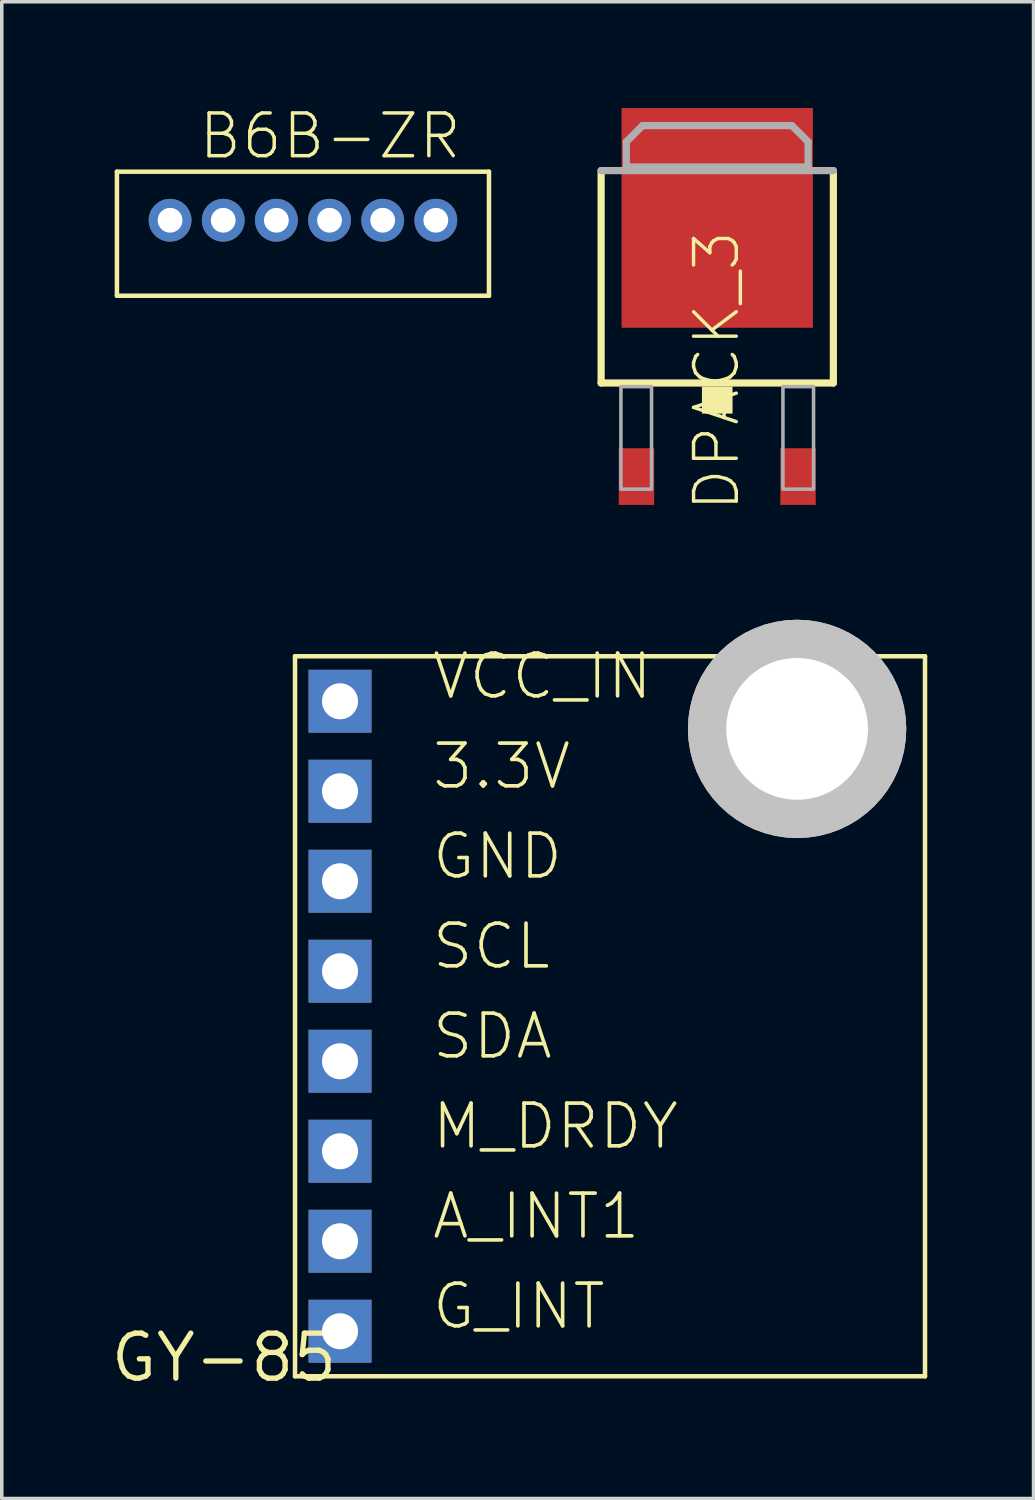
<source format=kicad_pcb>
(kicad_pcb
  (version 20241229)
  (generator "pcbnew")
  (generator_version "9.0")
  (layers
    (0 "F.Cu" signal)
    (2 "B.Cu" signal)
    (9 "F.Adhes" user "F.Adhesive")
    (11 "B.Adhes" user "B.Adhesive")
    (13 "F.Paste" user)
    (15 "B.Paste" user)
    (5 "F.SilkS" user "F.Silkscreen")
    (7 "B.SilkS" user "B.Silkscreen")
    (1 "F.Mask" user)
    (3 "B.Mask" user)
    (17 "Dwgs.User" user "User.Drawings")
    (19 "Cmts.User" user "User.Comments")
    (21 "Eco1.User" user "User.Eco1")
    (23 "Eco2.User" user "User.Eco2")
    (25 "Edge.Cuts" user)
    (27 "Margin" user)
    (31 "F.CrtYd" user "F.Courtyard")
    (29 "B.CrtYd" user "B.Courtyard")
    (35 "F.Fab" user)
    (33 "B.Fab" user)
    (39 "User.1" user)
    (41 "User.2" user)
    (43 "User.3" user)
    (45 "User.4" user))
  (footprint "DPACK_3"
    (layer "F.Cu")
    (at 17.192 5.6)
    (property "Reference" "DPACK_3" (at 0.69 5.84 90) (layer "F.SilkS") (effects (font (size 1.206 1.206) (thickness 0.097)) (justify left bottom)))
    (attr through_hole)
    (fp_line (start -3.277 2.159) (end -3.277 -3.835) (stroke (width 0.203) (type solid)) (layer "F.SilkS"))
    (fp_line (start 3.277 -3.835) (end 3.277 2.159) (stroke (width 0.203) (type solid)) (layer "F.SilkS"))
    (fp_line (start 3.277 2.159) (end -3.277 2.159) (stroke (width 0.203) (type solid)) (layer "F.SilkS"))
    (fp_poly (pts (xy -0.432 3.023) (xy 0.432 3.023) (xy 0.432 2.261) (xy -0.432 2.261)) (stroke (width 0) (type solid)) (fill yes) (layer "F.SilkS"))
    (fp_line (start -3.277 -3.835) (end 3.277 -3.835) (stroke (width 0.203) (type solid)) (layer "F.Fab"))
    (fp_line (start -2.565 -4.648) (end -2.108 -5.105) (stroke (width 0.203) (type solid)) (layer "F.Fab"))
    (fp_line (start -2.565 -3.937) (end -2.565 -4.648) (stroke (width 0.203) (type solid)) (layer "F.Fab"))
    (fp_line (start -2.108 -5.105) (end 2.108 -5.105) (stroke (width 0.203) (type solid)) (layer "F.Fab"))
    (fp_line (start 2.108 -5.105) (end 2.565 -4.648) (stroke (width 0.203) (type solid)) (layer "F.Fab"))
    (fp_line (start 2.565 -4.648) (end 2.565 -3.937) (stroke (width 0.203) (type solid)) (layer "F.Fab"))
    (fp_line (start 2.565 -3.937) (end -2.565 -3.937) (stroke (width 0.203) (type solid)) (layer "F.Fab"))
    (fp_poly (pts (xy -2.718 5.156) (xy -1.854 5.156) (xy -1.854 2.261) (xy -2.718 2.261)) (stroke (width 0.1) (type solid)) (fill no) (layer "F.Fab"))
    (fp_poly (pts (xy 1.854 5.156) (xy 2.718 5.156) (xy 2.718 2.261) (xy 1.854 2.261)) (stroke (width 0.1) (type solid)) (fill no) (layer "F.Fab"))
    (fp_poly (pts (xy -2.565 -3.937) (xy -2.565 -4.648) (xy -2.108 -5.105) (xy 2.108 -5.105) (xy 2.565 -4.648) (xy 2.565 -3.937)) (stroke (width 0.1) (type solid)) (fill no) (layer "F.Fab"))
    (pad "1" smd rect (at -2.28 4.8) (size 1 1.6) (layers "F.Cu" "F.Mask" "F.Paste"))
    (pad "3" smd rect (at 2.28 4.8) (size 1 1.6) (layers "F.Cu" "F.Mask" "F.Paste"))
    (pad "4" smd rect (at 0 -2.5) (size 5.4 6.2) (layers "F.Cu" "F.Mask" "F.Paste")))
  (footprint "GY-85"
    (layer "F.Cu")
    (at 6.546 34.521)
    (property "Reference" "GY-85" (at 0 0 0) (layer "F.SilkS") (effects (font (size 1.27 1.27) (thickness 0.15)) (justify right top)))
    (attr through_hole)
    (fp_line (start -1.27 -19.05) (end 16.51 -19.05) (stroke (width 0.127) (type solid)) (layer "F.SilkS"))
    (fp_line (start -1.27 1.27) (end -1.27 -19.05) (stroke (width 0.127) (type solid)) (layer "F.SilkS"))
    (fp_line (start 16.51 -19.05) (end 16.51 1.27) (stroke (width 0.127) (type solid)) (layer "F.SilkS"))
    (fp_line (start 16.51 1.27) (end -1.27 1.27) (stroke (width 0.127) (type solid)) (layer "F.SilkS"))
    (fp_circle (center 12.9 -17) (end 14.481 -17) (stroke (width 3) (type solid)) (fill no) (layer "Dwgs.User"))
    (fp_circle (center 12.9 -17) (end 14.481 -17) (stroke (width 3) (type solid)) (fill no) (layer "Dwgs.User"))
    (fp_text user "SCL" (at 2.54 -10.16 0) (layer "F.SilkS") (effects (font (size 1.206 1.206) (thickness 0.102)) (justify left bottom)))
    (fp_text user "3.3V" (at 2.54 -15.24 0) (layer "F.SilkS") (effects (font (size 1.206 1.206) (thickness 0.102)) (justify left bottom)))
    (fp_text user "SDA" (at 2.54 -7.62 0) (layer "F.SilkS") (effects (font (size 1.206 1.206) (thickness 0.102)) (justify left bottom)))
    (fp_text user "VCC_IN" (at 2.54 -17.78 0) (layer "F.SilkS") (effects (font (size 1.206 1.206) (thickness 0.102)) (justify left bottom)))
    (fp_text user "GND" (at 2.54 -12.7 0) (layer "F.SilkS") (effects (font (size 1.206 1.206) (thickness 0.102)) (justify left bottom)))
    (fp_text user "M_DRDY" (at 2.54 -5.08 0) (layer "F.SilkS") (effects (font (size 1.206 1.206) (thickness 0.102)) (justify left bottom)))
    (fp_text user "A_INT1" (at 2.54 -2.54 0) (layer "F.SilkS") (effects (font (size 1.206 1.206) (thickness 0.102)) (justify left bottom)))
    (fp_text user "G_INT" (at 2.54 0 0) (layer "F.SilkS") (effects (font (size 1.206 1.206) (thickness 0.102)) (justify left bottom)))
    (pad "" np_thru_hole circle (at 12.9 -17) (size 4 4) (drill 4) (layers "*.Cu" "*.Mask"))
    (pad "3.3" thru_hole rect (at 0 -15.24) (size 1.778 1.778) (drill 1.016) (layers "*.Cu" "*.Mask"))
    (pad "A_INT1" thru_hole rect (at 0 -2.54) (size 1.778 1.778) (drill 1.016) (layers "*.Cu" "*.Mask"))
    (pad "GND" thru_hole rect (at 0 -12.7) (size 1.778 1.778) (drill 1.016) (layers "*.Cu" "*.Mask"))
    (pad "G_INT" thru_hole rect (at 0 0) (size 1.778 1.778) (drill 1.016) (layers "*.Cu" "*.Mask"))
    (pad "M_DRDY" thru_hole rect (at 0 -5.08) (size 1.778 1.778) (drill 1.016) (layers "*.Cu" "*.Mask"))
    (pad "SCL" thru_hole rect (at 0 -10.16) (size 1.778 1.778) (drill 1.016) (layers "*.Cu" "*.Mask"))
    (pad "SDA" thru_hole rect (at 0 -7.62) (size 1.778 1.778) (drill 1.016) (layers "*.Cu" "*.Mask"))
    (pad "VCC_IN" thru_hole rect (at 0 -17.78) (size 1.778 1.778) (drill 1.016) (layers "*.Cu" "*.Mask")))
  (footprint "B6B-ZR"
    (layer "F.Cu")
    (at 0.25 1.866)
    (property "Reference" "B6B-ZR" (at 2.25 -0.37 0) (layer "F.SilkS") (effects (font (size 1.206 1.206) (thickness 0.097)) (justify left bottom)))
    (attr through_hole)
    (fp_line (start 0 -0.07) (end 10.5 -0.07) (stroke (width 0.127) (type solid)) (layer "F.SilkS"))
    (fp_line (start 0 3.43) (end 0 -0.07) (stroke (width 0.127) (type solid)) (layer "F.SilkS"))
    (fp_line (start 10.5 -0.07) (end 10.5 3.43) (stroke (width 0.127) (type solid)) (layer "F.SilkS"))
    (fp_line (start 10.5 3.43) (end 0 3.43) (stroke (width 0.127) (type solid)) (layer "F.SilkS"))
    (pad "1" thru_hole circle (at 9 1.3) (size 1.208 1.208) (drill 0.7) (layers "*.Cu" "*.Mask"))
    (pad "2" thru_hole circle (at 7.5 1.3) (size 1.208 1.208) (drill 0.7) (layers "*.Cu" "*.Mask"))
    (pad "3" thru_hole circle (at 6 1.3) (size 1.208 1.208) (drill 0.7) (layers "*.Cu" "*.Mask"))
    (pad "4" thru_hole circle (at 4.5 1.3) (size 1.208 1.208) (drill 0.7) (layers "*.Cu" "*.Mask"))
    (pad "5" thru_hole circle (at 3 1.3) (size 1.208 1.208) (drill 0.7) (layers "*.Cu" "*.Mask"))
    (pad "6" thru_hole circle (at 1.5 1.3) (size 1.208 1.208) (drill 0.7) (layers "*.Cu" "*.Mask")))
  (gr_rect
    (start -3 -3)
    (end 26.119 39.241)
    (stroke (width 0.1) (type default))
    (fill no)
    (layer "Edge.Cuts")))
</source>
